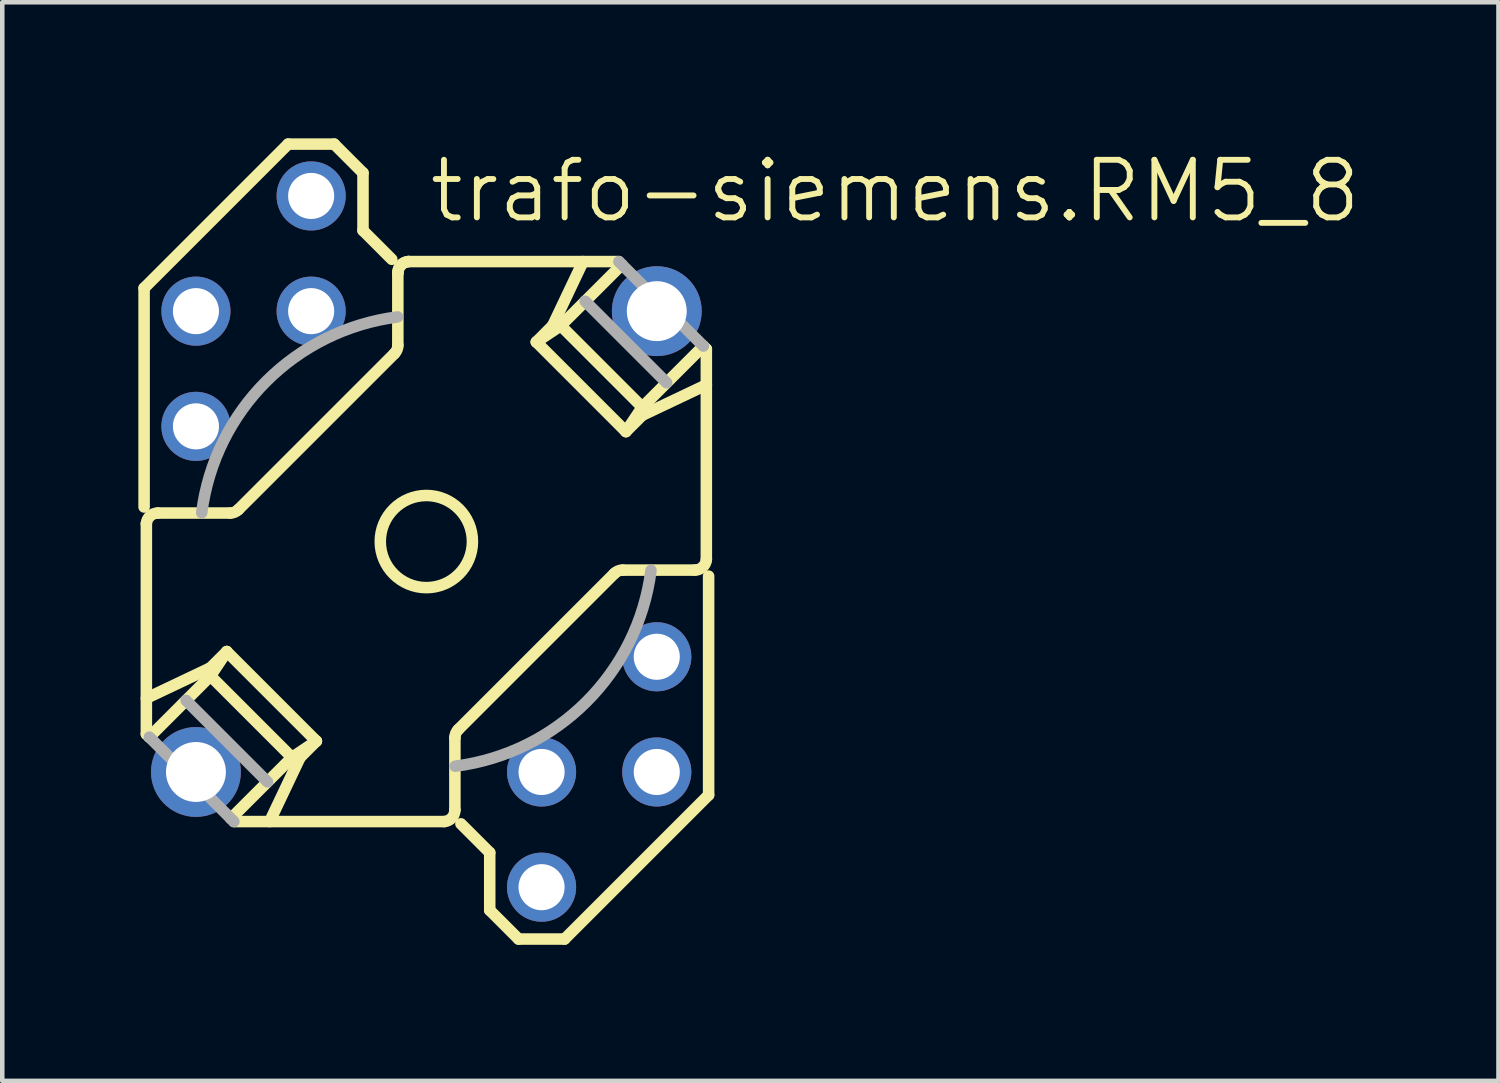
<source format=kicad_pcb>
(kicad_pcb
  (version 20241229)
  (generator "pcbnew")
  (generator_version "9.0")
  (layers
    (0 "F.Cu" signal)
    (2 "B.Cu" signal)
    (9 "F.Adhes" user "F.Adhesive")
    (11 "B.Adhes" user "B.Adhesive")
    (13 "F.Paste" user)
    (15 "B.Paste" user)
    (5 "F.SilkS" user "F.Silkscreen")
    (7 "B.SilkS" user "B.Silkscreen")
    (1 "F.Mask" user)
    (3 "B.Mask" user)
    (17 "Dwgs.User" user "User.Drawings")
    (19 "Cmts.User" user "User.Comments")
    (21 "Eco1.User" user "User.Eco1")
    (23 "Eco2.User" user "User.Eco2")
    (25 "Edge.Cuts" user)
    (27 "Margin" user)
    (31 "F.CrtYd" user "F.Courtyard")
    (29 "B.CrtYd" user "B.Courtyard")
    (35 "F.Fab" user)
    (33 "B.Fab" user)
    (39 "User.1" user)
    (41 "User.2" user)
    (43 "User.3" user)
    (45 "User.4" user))
  (footprint "trafo-siemens.RM5_8"
    (layer "F.Cu")
    (at 6.35 8.89)
    (property "Reference" "trafo-siemens.RM5_8" (at 0 -6.985 0) (layer "F.SilkS") (effects (font (size 1.27 1.27) (thickness 0.13)) (justify left bottom)))
    (attr through_hole)
    (fp_line (start -6.223 -5.588) (end -6.223 -0.762) (stroke (width 0.254) (type default)) (layer "F.SilkS"))
    (fp_line (start -6.173 -0.396) (end -6.173 4.244) (stroke (width 0.254) (type default)) (layer "F.SilkS"))
    (fp_line (start -6.173 3.455) (end -4.76 2.784) (stroke (width 0.254) (type default)) (layer "F.SilkS"))
    (fp_line (start -6.107 4.311) (end -6.173 4.244) (stroke (width 0.254) (type default)) (layer "F.SilkS"))
    (fp_line (start -4.76 2.963) (end -6.107 4.311) (stroke (width 0.254) (type default)) (layer "F.SilkS"))
    (fp_line (start -4.76 2.963) (end -4.4 2.425) (stroke (width 0.254) (type default)) (layer "F.SilkS"))
    (fp_line (start -4.4 2.425) (end -4.76 2.784) (stroke (width 0.254) (type default)) (layer "F.SilkS"))
    (fp_line (start -4.4 2.425) (end -2.425 4.4) (stroke (width 0.254) (type default)) (layer "F.SilkS"))
    (fp_line (start -4.326 -0.629) (end -5.92 -0.629) (stroke (width 0.254) (type default)) (layer "F.SilkS"))
    (fp_line (start -4.146 -0.703) (end -0.703 -4.146) (stroke (width 0.254) (type default)) (layer "F.SilkS"))
    (fp_line (start -3.455 6.173) (end -2.784 4.76) (stroke (width 0.254) (type default)) (layer "F.SilkS"))
    (fp_line (start -3.048 -8.763) (end -6.223 -5.588) (stroke (width 0.254) (type default)) (layer "F.SilkS"))
    (fp_line (start -2.963 4.76) (end -4.76 2.963) (stroke (width 0.254) (type default)) (layer "F.SilkS"))
    (fp_line (start -2.963 4.76) (end -4.311 6.107) (stroke (width 0.254) (type default)) (layer "F.SilkS"))
    (fp_line (start -2.963 4.76) (end -2.425 4.4) (stroke (width 0.254) (type default)) (layer "F.SilkS"))
    (fp_line (start -2.425 4.4) (end -2.784 4.76) (stroke (width 0.254) (type default)) (layer "F.SilkS"))
    (fp_line (start -2.032 -8.763) (end -3.048 -8.763) (stroke (width 0.254) (type default)) (layer "F.SilkS"))
    (fp_line (start -1.397 -8.128) (end -2.032 -8.763) (stroke (width 0.254) (type default)) (layer "F.SilkS"))
    (fp_line (start -1.397 -6.858) (end -1.397 -8.128) (stroke (width 0.254) (type default)) (layer "F.SilkS"))
    (fp_line (start -0.762 -6.223) (end -1.397 -6.858) (stroke (width 0.254) (type default)) (layer "F.SilkS"))
    (fp_line (start -0.629 -4.326) (end -0.629 -5.92) (stroke (width 0.254) (type default)) (layer "F.SilkS"))
    (fp_line (start 0.396 6.173) (end -4.244 6.173) (stroke (width 0.254) (type default)) (layer "F.SilkS"))
    (fp_line (start 0.629 5.92) (end 0.629 4.326) (stroke (width 0.254) (type default)) (layer "F.SilkS"))
    (fp_line (start 0.703 4.146) (end 4.146 0.703) (stroke (width 0.254) (type default)) (layer "F.SilkS"))
    (fp_line (start 0.762 6.223) (end 1.397 6.858) (stroke (width 0.254) (type default)) (layer "F.SilkS"))
    (fp_line (start 1.397 6.858) (end 1.397 8.128) (stroke (width 0.254) (type default)) (layer "F.SilkS"))
    (fp_line (start 1.397 8.128) (end 2.032 8.763) (stroke (width 0.254) (type default)) (layer "F.SilkS"))
    (fp_line (start 2.032 8.763) (end 3.048 8.763) (stroke (width 0.254) (type default)) (layer "F.SilkS"))
    (fp_line (start 2.425 -4.4) (end 2.784 -4.76) (stroke (width 0.254) (type default)) (layer "F.SilkS"))
    (fp_line (start 2.425 -4.4) (end 4.4 -2.425) (stroke (width 0.254) (type default)) (layer "F.SilkS"))
    (fp_line (start 2.963 -4.76) (end 2.425 -4.4) (stroke (width 0.254) (type default)) (layer "F.SilkS"))
    (fp_line (start 2.963 -4.76) (end 3.502 -5.298) (stroke (width 0.254) (type default)) (layer "F.SilkS"))
    (fp_line (start 3.048 8.763) (end 6.223 5.588) (stroke (width 0.254) (type default)) (layer "F.SilkS"))
    (fp_line (start 3.455 -6.173) (end 2.784 -4.76) (stroke (width 0.254) (type default)) (layer "F.SilkS"))
    (fp_line (start 3.502 -5.298) (end 4.311 -6.107) (stroke (width 0.254) (type default)) (layer "F.SilkS"))
    (fp_line (start 4.244 -6.173) (end -0.396 -6.173) (stroke (width 0.254) (type default)) (layer "F.SilkS"))
    (fp_line (start 4.4 -2.425) (end 4.76 -2.784) (stroke (width 0.254) (type default)) (layer "F.SilkS"))
    (fp_line (start 4.76 -2.963) (end 2.963 -4.76) (stroke (width 0.254) (type default)) (layer "F.SilkS"))
    (fp_line (start 4.76 -2.963) (end 4.4 -2.425) (stroke (width 0.254) (type default)) (layer "F.SilkS"))
    (fp_line (start 4.76 -2.963) (end 6.107 -4.311) (stroke (width 0.254) (type default)) (layer "F.SilkS"))
    (fp_line (start 5.92 0.629) (end 4.326 0.629) (stroke (width 0.254) (type default)) (layer "F.SilkS"))
    (fp_line (start 6.173 -4.244) (end 6.107 -4.311) (stroke (width 0.254) (type default)) (layer "F.SilkS"))
    (fp_line (start 6.173 -4.244) (end 6.173 0.396) (stroke (width 0.254) (type default)) (layer "F.SilkS"))
    (fp_line (start 6.173 -3.455) (end 4.76 -2.784) (stroke (width 0.254) (type default)) (layer "F.SilkS"))
    (fp_line (start 6.223 5.588) (end 6.223 0.762) (stroke (width 0.254) (type default)) (layer "F.SilkS"))
    (fp_arc (start -6.1734 -0.3961) (mid -6.092158 -0.56173) (end -5.9203 -0.6288) (stroke (width 0.254) (type default)) (layer "F.SilkS"))
    (fp_arc (start -4.1463 -0.703) (mid -4.228701 -0.647938) (end -4.3259 -0.6286) (stroke (width 0.254) (type default)) (layer "F.SilkS"))
    (fp_arc (start -0.6286 -5.9203) (mid -0.561724 -6.092269) (end -0.3961 -6.1736) (stroke (width 0.254) (type default)) (layer "F.SilkS"))
    (fp_arc (start -0.6286 -5.9203) (mid -0.561724 -6.092269) (end -0.3961 -6.1736) (stroke (width 0.254) (type default)) (layer "F.SilkS"))
    (fp_arc (start -0.6286 -4.3259) (mid -0.647938 -4.228701) (end -0.703 -4.1463) (stroke (width 0.254) (type default)) (layer "F.SilkS"))
    (fp_arc (start 0.6285 5.9203) (mid 0.561619 6.092136) (end 0.3961 6.1734) (stroke (width 0.254) (type default)) (layer "F.SilkS"))
    (fp_arc (start 0.6286 4.3259) (mid 0.647938 4.228701) (end 0.703 4.1463) (stroke (width 0.254) (type default)) (layer "F.SilkS"))
    (fp_arc (start 4.1463 0.703) (mid 4.228701 0.647938) (end 4.3259 0.6286) (stroke (width 0.254) (type default)) (layer "F.SilkS"))
    (fp_arc (start 6.1733 0.3961) (mid 6.09208 0.561622) (end 5.9203 0.6286) (stroke (width 0.254) (type default)) (layer "F.SilkS"))
    (fp_circle (center 0 0) (end 1.016 0) (stroke (width 0.254) (type default)) (fill no) (layer "F.SilkS"))
    (fp_line (start -5.298 3.502) (end -3.502 5.298) (stroke (width 0.254) (type default)) (layer "F.Fab"))
    (fp_line (start -4.244 6.173) (end -6.107 4.311) (stroke (width 0.254) (type default)) (layer "F.Fab"))
    (fp_line (start 3.502 -5.298) (end 5.298 -3.502) (stroke (width 0.254) (type default)) (layer "F.Fab"))
    (fp_line (start 6.107 -4.311) (end 4.244 -6.173) (stroke (width 0.254) (type default)) (layer "F.Fab"))
    (fp_arc (start -4.953 -0.635) (mid -3.530965 -3.530965) (end -0.635 -4.953) (stroke (width 0.254) (type default)) (layer "F.Fab"))
    (fp_arc (start 4.953 0.635) (mid 3.530965 3.530965) (end 0.635 4.953) (stroke (width 0.254) (type default)) (layer "F.Fab"))
    (pad "1" thru_hole circle (at 5.08 5.08) (size 1.524 1.524) (drill 1.016) (layers "*.Cu" "*.Mask"))
    (pad "2" thru_hole circle (at 5.08 2.54) (size 1.524 1.524) (drill 1.016) (layers "*.Cu" "*.Mask"))
    (pad "3" thru_hole circle (at -2.54 -5.08) (size 1.524 1.524) (drill 1.016) (layers "*.Cu" "*.Mask"))
    (pad "4" thru_hole circle (at -2.54 -7.62) (size 1.524 1.524) (drill 1.016) (layers "*.Cu" "*.Mask"))
    (pad "5" thru_hole circle (at -5.08 -5.08) (size 1.524 1.524) (drill 1.016) (layers "*.Cu" "*.Mask"))
    (pad "6" thru_hole circle (at -5.08 -2.54) (size 1.524 1.524) (drill 1.016) (layers "*.Cu" "*.Mask"))
    (pad "7" thru_hole circle (at 2.54 5.08) (size 1.524 1.524) (drill 1.016) (layers "*.Cu" "*.Mask"))
    (pad "8" thru_hole circle (at 2.54 7.62) (size 1.524 1.524) (drill 1.016) (layers "*.Cu" "*.Mask"))
    (pad "M" thru_hole circle (at -5.08 5.08) (size 1.981 1.981) (drill 1.321) (layers "*.Cu" "*.Mask"))
    (pad "M1" thru_hole circle (at 5.08 -5.08) (size 1.981 1.981) (drill 1.321) (layers "*.Cu" "*.Mask")))
  (gr_rect
    (start -3 -3)
    (end 29.987 20.78)
    (stroke (width 0.1) (type default))
    (fill no)
    (layer "Edge.Cuts")))
</source>
